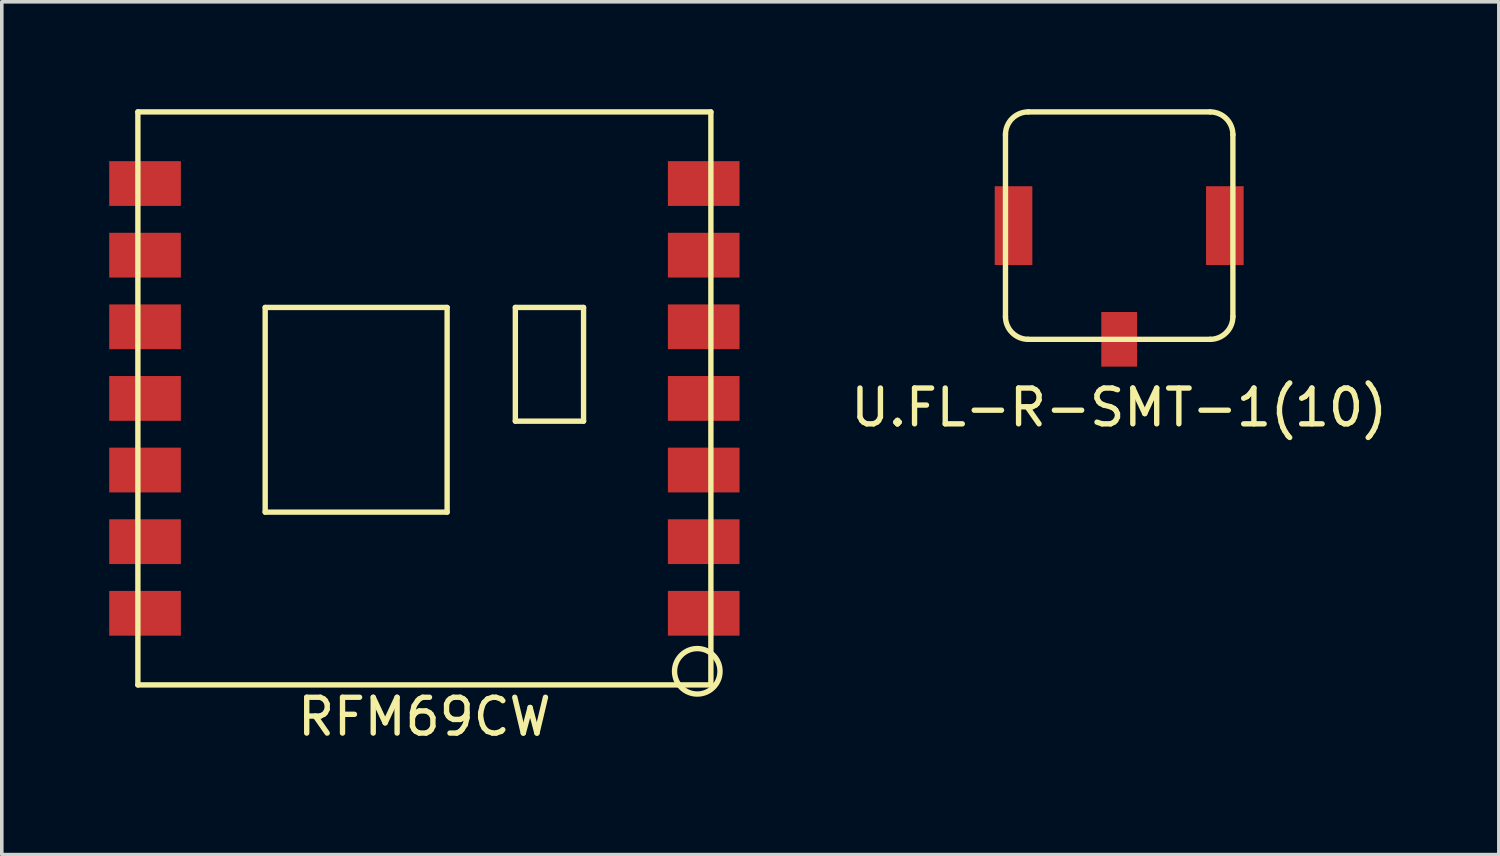
<source format=kicad_pcb>
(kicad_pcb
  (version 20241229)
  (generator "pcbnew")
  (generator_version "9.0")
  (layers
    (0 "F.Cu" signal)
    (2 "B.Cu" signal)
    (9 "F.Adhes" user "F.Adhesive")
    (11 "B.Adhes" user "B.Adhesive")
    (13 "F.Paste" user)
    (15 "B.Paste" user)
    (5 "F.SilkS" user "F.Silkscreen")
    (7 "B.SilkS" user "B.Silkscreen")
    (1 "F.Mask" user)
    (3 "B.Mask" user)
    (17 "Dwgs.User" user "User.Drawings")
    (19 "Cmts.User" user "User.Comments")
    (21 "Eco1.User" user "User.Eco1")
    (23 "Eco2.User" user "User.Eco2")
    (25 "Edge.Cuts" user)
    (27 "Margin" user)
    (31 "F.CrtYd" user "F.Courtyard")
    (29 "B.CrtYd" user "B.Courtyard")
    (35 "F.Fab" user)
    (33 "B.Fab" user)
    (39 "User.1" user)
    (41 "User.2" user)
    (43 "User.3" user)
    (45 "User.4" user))
  (footprint "RFM69CW"
    (layer "F.Cu")
    (at 8.8 8.075)
    (property "Reference" "RFM69CW" (at 0 8.89 0) (layer "F.SilkS") (effects (font (size 1 1) (thickness 0.15))))
    (attr through_hole)
    (fp_line (start -8 -8) (end -8 8) (stroke (width 0.15) (type solid)) (layer "F.SilkS"))
    (fp_line (start -8 8) (end 8 8) (stroke (width 0.15) (type solid)) (layer "F.SilkS"))
    (fp_line (start -4.445 -2.54) (end -4.445 3.175) (stroke (width 0.15) (type solid)) (layer "F.SilkS"))
    (fp_line (start -4.445 3.175) (end 0.635 3.175) (stroke (width 0.15) (type solid)) (layer "F.SilkS"))
    (fp_line (start 0.635 -2.54) (end -4.445 -2.54) (stroke (width 0.15) (type solid)) (layer "F.SilkS"))
    (fp_line (start 0.635 3.175) (end 0.635 -2.54) (stroke (width 0.15) (type solid)) (layer "F.SilkS"))
    (fp_line (start 2.54 -2.54) (end 2.54 0.635) (stroke (width 0.15) (type solid)) (layer "F.SilkS"))
    (fp_line (start 2.54 0.635) (end 4.445 0.635) (stroke (width 0.15) (type solid)) (layer "F.SilkS"))
    (fp_line (start 4.445 -2.54) (end 2.54 -2.54) (stroke (width 0.15) (type solid)) (layer "F.SilkS"))
    (fp_line (start 4.445 0.635) (end 4.445 -2.54) (stroke (width 0.15) (type solid)) (layer "F.SilkS"))
    (fp_line (start 8 -8) (end -8 -8) (stroke (width 0.15) (type solid)) (layer "F.SilkS"))
    (fp_line (start 8 8) (end 8 -8) (stroke (width 0.15) (type solid)) (layer "F.SilkS"))
    (fp_circle (center 7.62 7.62) (end 7.62 8.255) (stroke (width 0.15) (type solid)) (fill no) (layer "F.SilkS"))
    (pad "1" smd rect (at 6.8 6) (size 2 1.25) (drill (offset 1 0)) (layers "F.Cu" "F.Mask" "F.Paste"))
    (pad "2" smd rect (at 6.8 4) (size 2 1.25) (drill (offset 1 0)) (layers "F.Cu" "F.Mask" "F.Paste"))
    (pad "3" smd rect (at 6.8 2) (size 2 1.25) (drill (offset 1 0)) (layers "F.Cu" "F.Mask" "F.Paste"))
    (pad "4" smd rect (at 6.8 0) (size 2 1.25) (drill (offset 1 0)) (layers "F.Cu" "F.Mask" "F.Paste"))
    (pad "5" smd rect (at 6.8 -2) (size 2 1.25) (drill (offset 1 0)) (layers "F.Cu" "F.Mask" "F.Paste"))
    (pad "6" smd rect (at 6.8 -4) (size 2 1.25) (drill (offset 1 0)) (layers "F.Cu" "F.Mask" "F.Paste"))
    (pad "7" smd rect (at 6.8 -6) (size 2 1.25) (drill (offset 1 0)) (layers "F.Cu" "F.Mask" "F.Paste"))
    (pad "8" smd rect (at -6.8 -6) (size 2 1.25) (drill (offset -1 0)) (layers "F.Cu" "F.Mask" "F.Paste"))
    (pad "9" smd rect (at -6.8 -4) (size 2 1.25) (drill (offset -1 0)) (layers "F.Cu" "F.Mask" "F.Paste"))
    (pad "10" smd rect (at -6.8 -2) (size 2 1.25) (drill (offset -1 0)) (layers "F.Cu" "F.Mask" "F.Paste"))
    (pad "11" smd rect (at -6.8 0) (size 2 1.25) (drill (offset -1 0)) (layers "F.Cu" "F.Mask" "F.Paste"))
    (pad "12" smd rect (at -6.8 2) (size 2 1.25) (drill (offset -1 0)) (layers "F.Cu" "F.Mask" "F.Paste"))
    (pad "13" smd rect (at -6.8 4) (size 2 1.25) (drill (offset -1 0)) (layers "F.Cu" "F.Mask" "F.Paste"))
    (pad "14" smd rect (at -6.8 6) (size 2 1.25) (drill (offset -1 0)) (layers "F.Cu" "F.Mask" "F.Paste")))
  (footprint "U.FL-R-SMT-1(10)"
    (layer "F.Cu")
    (at 28.201 3.25)
    (property "Reference" "U.FL-R-SMT-1(10)" (at 0 5.08 0) (layer "F.SilkS") (effects (font (size 1 1) (thickness 0.15))))
    (attr through_hole)
    (fp_line (start -3.175 2.54) (end -3.175 -2.54) (stroke (width 0.15) (type solid)) (layer "F.SilkS"))
    (fp_line (start -2.54 -3.175) (end 2.54 -3.175) (stroke (width 0.15) (type solid)) (layer "F.SilkS"))
    (fp_line (start 2.54 3.175) (end -2.54 3.175) (stroke (width 0.15) (type solid)) (layer "F.SilkS"))
    (fp_line (start 3.175 -2.54) (end 3.175 2.54) (stroke (width 0.15) (type solid)) (layer "F.SilkS"))
    (fp_arc (start -3.175 -2.54) (mid -2.989013 -2.989013) (end -2.54 -3.175) (stroke (width 0.15) (type solid)) (layer "F.SilkS"))
    (fp_arc (start -2.54 3.175) (mid -2.989013 2.989013) (end -3.175 2.54) (stroke (width 0.15) (type solid)) (layer "F.SilkS"))
    (fp_arc (start 2.54 -3.175) (mid 2.989013 -2.989013) (end 3.175 -2.54) (stroke (width 0.15) (type solid)) (layer "F.SilkS"))
    (fp_arc (start 3.175 2.54) (mid 2.989013 2.989013) (end 2.54 3.175) (stroke (width 0.15) (type solid)) (layer "F.SilkS"))
    (pad "1" smd rect (at 0 3.175) (size 1 1.525) (layers "F.Cu" "F.Mask" "F.Paste"))
    (pad "2" smd rect (at -2.95 0) (size 1.05 2.2) (layers "F.Cu" "F.Mask" "F.Paste"))
    (pad "2" smd rect (at 2.95 0) (size 1.05 2.2) (layers "F.Cu" "F.Mask" "F.Paste")))
  (gr_rect
    (start -3 -3)
    (end 38.802 20.813)
    (stroke (width 0.1) (type default))
    (fill no)
    (layer "Edge.Cuts")))
</source>
